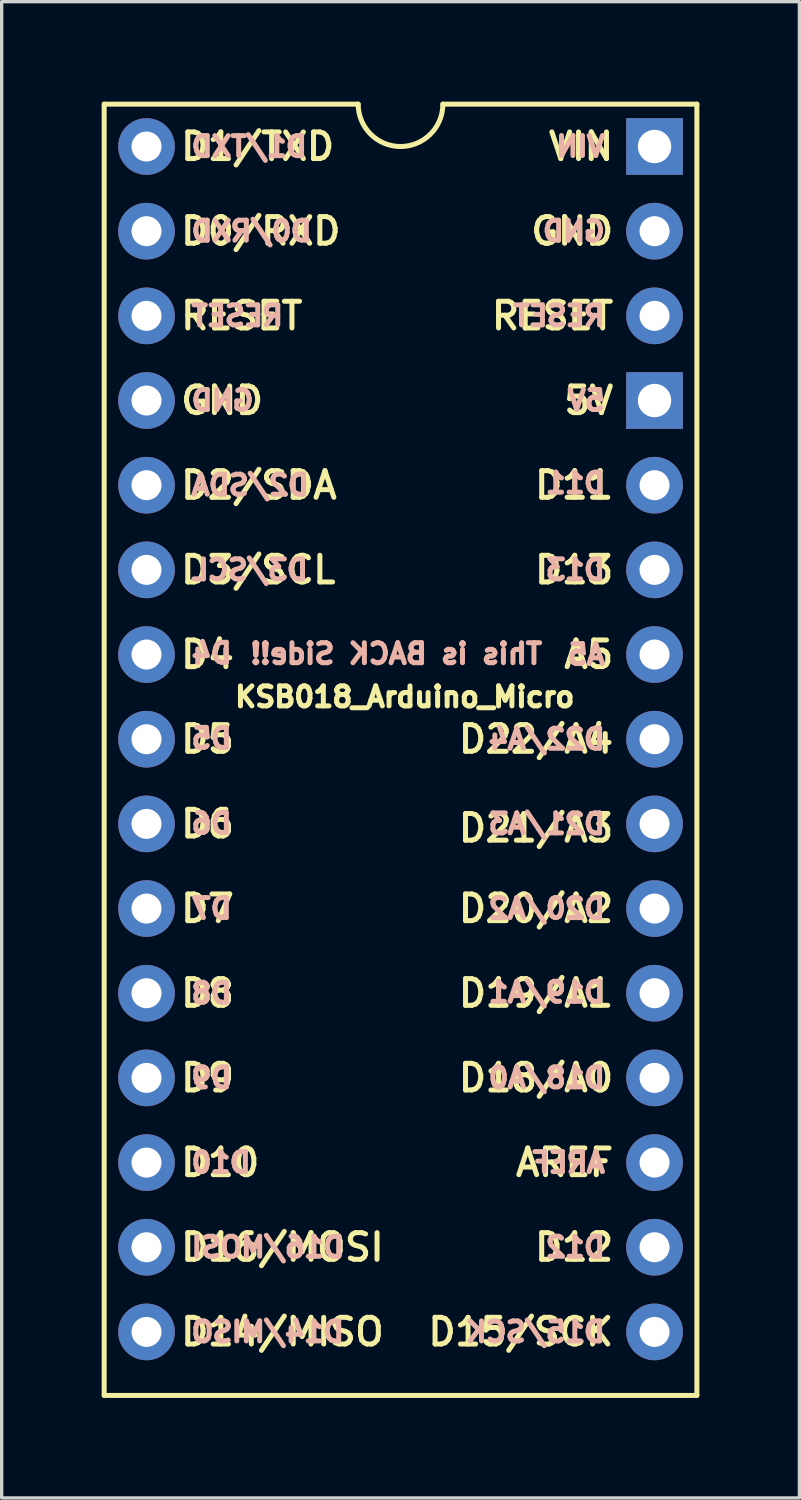
<source format=kicad_pcb>
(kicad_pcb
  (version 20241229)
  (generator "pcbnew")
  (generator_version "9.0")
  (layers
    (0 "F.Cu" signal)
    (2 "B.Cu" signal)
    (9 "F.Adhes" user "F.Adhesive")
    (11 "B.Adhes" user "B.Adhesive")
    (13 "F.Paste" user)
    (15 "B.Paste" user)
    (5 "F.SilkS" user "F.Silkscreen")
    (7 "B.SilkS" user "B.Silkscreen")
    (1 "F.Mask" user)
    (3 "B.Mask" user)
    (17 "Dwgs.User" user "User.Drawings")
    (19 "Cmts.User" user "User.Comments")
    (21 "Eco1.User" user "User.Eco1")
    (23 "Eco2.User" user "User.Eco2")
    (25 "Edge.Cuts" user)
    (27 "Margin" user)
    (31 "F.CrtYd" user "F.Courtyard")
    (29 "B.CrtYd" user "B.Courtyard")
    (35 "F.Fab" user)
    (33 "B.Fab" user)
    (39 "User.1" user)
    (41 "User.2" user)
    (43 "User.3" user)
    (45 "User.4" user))
  (footprint "KSB018_Arduino_Micro"
    (layer "F.Cu")
    (at 8.965 19.125)
    (property "Reference" "KSB018_Arduino_Micro" (at 0.127 -1.27 0) (layer "F.SilkS") (effects (font (size 0.6 0.6) (thickness 0.15))))
    (attr through_hole)
    (fp_line (start -8.89 19.685) (end -8.89 -19.05) (stroke (width 0.15) (type solid)) (layer "F.SilkS"))
    (fp_line (start -8.89 19.685) (end 8.89 19.685) (stroke (width 0.15) (type solid)) (layer "F.SilkS"))
    (fp_line (start -1.27 -19.05) (end -8.89 -19.05) (stroke (width 0.15) (type solid)) (layer "F.SilkS"))
    (fp_line (start 8.89 -19.05) (end 1.27 -19.05) (stroke (width 0.15) (type solid)) (layer "F.SilkS"))
    (fp_line (start 8.89 -19.05) (end 8.89 19.685) (stroke (width 0.15) (type solid)) (layer "F.SilkS"))
    (fp_arc (start 1.27 -19.05) (mid 0 -17.78) (end -1.27 -19.05) (stroke (width 0.15) (type solid)) (layer "F.SilkS"))
    (fp_text user "RESET" (at -4.762 -12.7 0) (layer "F.SilkS") (effects (font (size 0.8 0.8) (thickness 0.15))))
    (fp_text user "D2/SDA" (at -4.248 -7.62 0) (layer "F.SilkS") (effects (font (size 0.8 0.8) (thickness 0.15))))
    (fp_text user "RESET" (at 4.559 -12.7 0) (layer "F.SilkS") (effects (font (size 0.8 0.8) (thickness 0.15))))
    (fp_text user "D13" (at 5.207 -5.08 0) (layer "F.SilkS") (effects (font (size 0.8 0.8) (thickness 0.15))))
    (fp_text user "D6" (at -5.791 2.54 0) (layer "F.SilkS") (effects (font (size 0.8 0.8) (thickness 0.15))))
    (fp_text user "D9" (at -5.791 10.16 0) (layer "F.SilkS") (effects (font (size 0.8 0.8) (thickness 0.15))))
    (fp_text user "D7" (at -5.791 5.08 0) (layer "F.SilkS") (effects (font (size 0.8 0.8) (thickness 0.15))))
    (fp_text user "D8" (at -5.791 7.62 0) (layer "F.SilkS") (effects (font (size 0.8 0.8) (thickness 0.15))))
    (fp_text user "D0/RXD" (at -4.191 -15.24 0) (layer "F.SilkS") (effects (font (size 0.8 0.8) (thickness 0.15))))
    (fp_text user "D14/MISO" (at -3.543 17.78 0) (layer "F.SilkS") (effects (font (size 0.8 0.8) (thickness 0.15))))
    (fp_text user "VIN" (at 5.416 -17.78 0) (layer "F.SilkS") (effects (font (size 0.8 0.8) (thickness 0.15))))
    (fp_text user "D15/SCK" (at 3.607 17.78 0) (layer "F.SilkS") (effects (font (size 0.8 0.8) (thickness 0.15))))
    (fp_text user "5V" (at 5.645 -10.16 0) (layer "F.SilkS") (effects (font (size 0.8 0.8) (thickness 0.15))))
    (fp_text user "D12" (at 5.207 15.24 0) (layer "F.SilkS") (effects (font (size 0.8 0.8) (thickness 0.15))))
    (fp_text user "GND" (at -5.353 -10.16 0) (layer "F.SilkS") (effects (font (size 0.8 0.8) (thickness 0.15))))
    (fp_text user "D4" (at -5.791 -2.54 0) (layer "F.SilkS") (effects (font (size 0.8 0.8) (thickness 0.15))))
    (fp_text user "D18/A0" (at 4.064 10.16 0) (layer "F.SilkS") (effects (font (size 0.8 0.8) (thickness 0.15))))
    (fp_text user "D1/TXD" (at -4.286 -17.78 0) (layer "F.SilkS") (effects (font (size 0.8 0.8) (thickness 0.15))))
    (fp_text user "A5" (at 5.645 -2.54 0) (layer "F.SilkS") (effects (font (size 0.8 0.8) (thickness 0.15))))
    (fp_text user "D21/A3" (at 4.064 2.667 0) (layer "F.SilkS") (effects (font (size 0.8 0.8) (thickness 0.15))))
    (fp_text user "D5" (at -5.791 0 0) (layer "F.SilkS") (effects (font (size 0.8 0.8) (thickness 0.15))))
    (fp_text user "D11" (at 5.207 -7.62 0) (layer "F.SilkS") (effects (font (size 0.8 0.8) (thickness 0.15))))
    (fp_text user "D3/SCL" (at -4.267 -5.08 0) (layer "F.SilkS") (effects (font (size 0.8 0.8) (thickness 0.15))))
    (fp_text user "GND" (at 5.15 -15.24 0) (layer "F.SilkS") (effects (font (size 0.8 0.8) (thickness 0.15))))
    (fp_text user "D22/A4" (at 4.064 0 0) (layer "F.SilkS") (effects (font (size 0.8 0.8) (thickness 0.15))))
    (fp_text user "D16/MOSI" (at -3.543 15.24 0) (layer "F.SilkS") (effects (font (size 0.8 0.8) (thickness 0.15))))
    (fp_text user "D10" (at -5.41 12.7 0) (layer "F.SilkS") (effects (font (size 0.8 0.8) (thickness 0.15))))
    (fp_text user "D19/A1" (at 4.064 7.62 0) (layer "F.SilkS") (effects (font (size 0.8 0.8) (thickness 0.15))))
    (fp_text user "AREF" (at 4.921 12.7 0) (layer "F.SilkS") (effects (font (size 0.8 0.8) (thickness 0.15))))
    (fp_text user "D20/A2" (at 4.064 5.08 0) (layer "F.SilkS") (effects (font (size 0.8 0.8) (thickness 0.15))))
    (fp_text user "D9" (at -6.353 10.16 0) (layer "B.SilkS") (effects (font (size 0.6 0.6) (thickness 0.15)) (justify right mirror)))
    (fp_text user "D20/A2" (at 6.213 5.08 0) (layer "B.SilkS") (effects (font (size 0.6 0.6) (thickness 0.15)) (justify left mirror)))
    (fp_text user "D10" (at -6.353 12.7 0) (layer "B.SilkS") (effects (font (size 0.6 0.6) (thickness 0.15)) (justify right mirror)))
    (fp_text user "This is BACK Side!!" (at -0.127 -2.565 0) (layer "B.SilkS") (effects (font (size 0.6 0.6) (thickness 0.15)) (justify mirror)))
    (fp_text user "D11" (at 6.213 -7.681 0) (layer "B.SilkS") (effects (font (size 0.6 0.6) (thickness 0.15)) (justify left mirror)))
    (fp_text user "D14/MISO" (at -6.353 17.78 0) (layer "B.SilkS") (effects (font (size 0.6 0.6) (thickness 0.15)) (justify right mirror)))
    (fp_text user "D4" (at -6.353 -2.578 0) (layer "B.SilkS") (effects (font (size 0.6 0.6) (thickness 0.15)) (justify right mirror)))
    (fp_text user "D7" (at -6.353 5.08 0) (layer "B.SilkS") (effects (font (size 0.6 0.6) (thickness 0.15)) (justify right mirror)))
    (fp_text user "D16/MOSI" (at -6.353 15.24 0) (layer "B.SilkS") (effects (font (size 0.6 0.6) (thickness 0.15)) (justify right mirror)))
    (fp_text user "D22/A4" (at 6.213 0 0) (layer "B.SilkS") (effects (font (size 0.6 0.6) (thickness 0.15)) (justify left mirror)))
    (fp_text user "D12" (at 6.213 15.24 0) (layer "B.SilkS") (effects (font (size 0.6 0.6) (thickness 0.15)) (justify left mirror)))
    (fp_text user "RESET" (at 6.213 -12.7 0) (layer "B.SilkS") (effects (font (size 0.6 0.6) (thickness 0.15)) (justify left mirror)))
    (fp_text user "GND" (at -6.353 -10.16 0) (layer "B.SilkS") (effects (font (size 0.6 0.6) (thickness 0.15)) (justify right mirror)))
    (fp_text user "D0/RXD" (at -6.353 -15.24 0) (layer "B.SilkS") (effects (font (size 0.6 0.6) (thickness 0.15)) (justify right mirror)))
    (fp_text user "D3/SCL" (at -6.353 -5.08 0) (layer "B.SilkS") (effects (font (size 0.6 0.6) (thickness 0.15)) (justify right mirror)))
    (fp_text user "AREF" (at 6.213 12.7 0) (layer "B.SilkS") (effects (font (size 0.6 0.6) (thickness 0.15)) (justify left mirror)))
    (fp_text user "D15/SCK" (at 6.213 17.78 0) (layer "B.SilkS") (effects (font (size 0.6 0.6) (thickness 0.15)) (justify left mirror)))
    (fp_text user "D13" (at 6.213 -5.08 0) (layer "B.SilkS") (effects (font (size 0.6 0.6) (thickness 0.15)) (justify left mirror)))
    (fp_text user "GND" (at 6.213 -15.24 0) (layer "B.SilkS") (effects (font (size 0.6 0.6) (thickness 0.15)) (justify left mirror)))
    (fp_text user "VIN" (at 6.213 -17.78 0) (layer "B.SilkS") (effects (font (size 0.6 0.6) (thickness 0.15)) (justify left mirror)))
    (fp_text user "D21/A3" (at 6.213 2.54 0) (layer "B.SilkS") (effects (font (size 0.6 0.6) (thickness 0.15)) (justify left mirror)))
    (fp_text user "D2/SDA" (at -6.353 -7.62 0) (layer "B.SilkS") (effects (font (size 0.6 0.6) (thickness 0.15)) (justify right mirror)))
    (fp_text user "D18/A0" (at 6.213 10.16 0) (layer "B.SilkS") (effects (font (size 0.6 0.6) (thickness 0.15)) (justify left mirror)))
    (fp_text user "D1/TXD" (at -6.353 -17.777 0) (layer "B.SilkS") (effects (font (size 0.6 0.6) (thickness 0.15)) (justify right mirror)))
    (fp_text user "D5" (at -6.353 -0.025 0) (layer "B.SilkS") (effects (font (size 0.6 0.6) (thickness 0.15)) (justify right mirror)))
    (fp_text user "A5" (at 6.213 -2.54 0) (layer "B.SilkS") (effects (font (size 0.6 0.6) (thickness 0.15)) (justify left mirror)))
    (fp_text user "D6" (at -6.353 2.527 0) (layer "B.SilkS") (effects (font (size 0.6 0.6) (thickness 0.15)) (justify right mirror)))
    (fp_text user "RESET" (at -6.353 -12.7 0) (layer "B.SilkS") (effects (font (size 0.6 0.6) (thickness 0.15)) (justify right mirror)))
    (fp_text user "5V" (at 6.213 -10.16 0) (layer "B.SilkS") (effects (font (size 0.6 0.6) (thickness 0.15)) (justify left mirror)))
    (fp_text user "D8" (at -6.353 7.62 0) (layer "B.SilkS") (effects (font (size 0.6 0.6) (thickness 0.15)) (justify right mirror)))
    (fp_text user "D19/A1" (at 6.213 7.592 0) (layer "B.SilkS") (effects (font (size 0.6 0.6) (thickness 0.15)) (justify left mirror)))
    (pad "1" thru_hole circle (at -7.62 -17.78) (size 1.7 1.7) (drill 0.9) (layers "*.Cu" "*.Mask"))
    (pad "2" thru_hole circle (at -7.62 -15.24) (size 1.7 1.7) (drill 0.9) (layers "*.Cu" "*.Mask"))
    (pad "3" thru_hole circle (at -7.62 -12.7) (size 1.7 1.7) (drill 0.9) (layers "*.Cu" "*.Mask"))
    (pad "4" thru_hole circle (at -7.62 -10.16) (size 1.7 1.7) (drill 0.9) (layers "*.Cu" "*.Mask"))
    (pad "5" thru_hole circle (at -7.62 -7.62) (size 1.7 1.7) (drill 0.9) (layers "*.Cu" "*.Mask"))
    (pad "6" thru_hole circle (at -7.62 -5.08) (size 1.7 1.7) (drill 0.9) (layers "*.Cu" "*.Mask"))
    (pad "7" thru_hole circle (at -7.62 -2.54) (size 1.7 1.7) (drill 0.9) (layers "*.Cu" "*.Mask"))
    (pad "8" thru_hole circle (at -7.62 0) (size 1.7 1.7) (drill 0.9) (layers "*.Cu" "*.Mask"))
    (pad "9" thru_hole circle (at -7.62 2.54) (size 1.7 1.7) (drill 0.9) (layers "*.Cu" "*.Mask"))
    (pad "10" thru_hole circle (at -7.62 5.08) (size 1.7 1.7) (drill 0.9) (layers "*.Cu" "*.Mask"))
    (pad "11" thru_hole circle (at -7.62 7.62) (size 1.7 1.7) (drill 0.9) (layers "*.Cu" "*.Mask"))
    (pad "12" thru_hole circle (at -7.62 10.16) (size 1.7 1.7) (drill 0.9) (layers "*.Cu" "*.Mask"))
    (pad "13" thru_hole circle (at -7.62 12.7) (size 1.7 1.7) (drill 0.9) (layers "*.Cu" "*.Mask"))
    (pad "14" thru_hole circle (at -7.62 15.24) (size 1.7 1.7) (drill 0.9) (layers "*.Cu" "*.Mask"))
    (pad "15" thru_hole circle (at -7.62 17.78) (size 1.7 1.7) (drill 0.9) (layers "*.Cu" "*.Mask"))
    (pad "16" thru_hole circle (at 7.62 17.78) (size 1.7 1.7) (drill 0.9) (layers "*.Cu" "*.Mask"))
    (pad "17" thru_hole circle (at 7.62 15.24) (size 1.7 1.7) (drill 0.9) (layers "*.Cu" "*.Mask"))
    (pad "18" thru_hole circle (at 7.62 12.7) (size 1.7 1.7) (drill 0.9) (layers "*.Cu" "*.Mask"))
    (pad "19" thru_hole circle (at 7.62 10.16) (size 1.7 1.7) (drill 0.9) (layers "*.Cu" "*.Mask"))
    (pad "20" thru_hole circle (at 7.62 7.62) (size 1.7 1.7) (drill 0.9) (layers "*.Cu" "*.Mask"))
    (pad "21" thru_hole circle (at 7.62 5.08) (size 1.7 1.7) (drill 0.9) (layers "*.Cu" "*.Mask"))
    (pad "22" thru_hole circle (at 7.62 2.54) (size 1.7 1.7) (drill 0.9) (layers "*.Cu" "*.Mask"))
    (pad "23" thru_hole circle (at 7.62 0) (size 1.7 1.7) (drill 0.9) (layers "*.Cu" "*.Mask"))
    (pad "24" thru_hole circle (at 7.62 -2.54) (size 1.7 1.7) (drill 0.9) (layers "*.Cu" "*.Mask"))
    (pad "25" thru_hole circle (at 7.62 -5.08) (size 1.7 1.7) (drill 0.9) (layers "*.Cu" "*.Mask"))
    (pad "26" thru_hole circle (at 7.62 -7.62) (size 1.7 1.7) (drill 0.9) (layers "*.Cu" "*.Mask"))
    (pad "27" thru_hole rect (at 7.62 -10.16) (size 1.7 1.7) (drill 1) (layers "*.Cu" "*.Mask"))
    (pad "28" thru_hole circle (at 7.62 -12.7) (size 1.7 1.7) (drill 0.9) (layers "*.Cu" "*.Mask"))
    (pad "29" thru_hole circle (at 7.62 -15.24) (size 1.7 1.7) (drill 0.9) (layers "*.Cu" "*.Mask"))
    (pad "30" thru_hole rect (at 7.62 -17.78) (size 1.7 1.7) (drill 1) (layers "*.Cu" "*.Mask")))
  (gr_rect
    (start -3 -3)
    (end 20.93 41.885)
    (stroke (width 0.1) (type default))
    (fill no)
    (layer "Edge.Cuts")))
</source>
